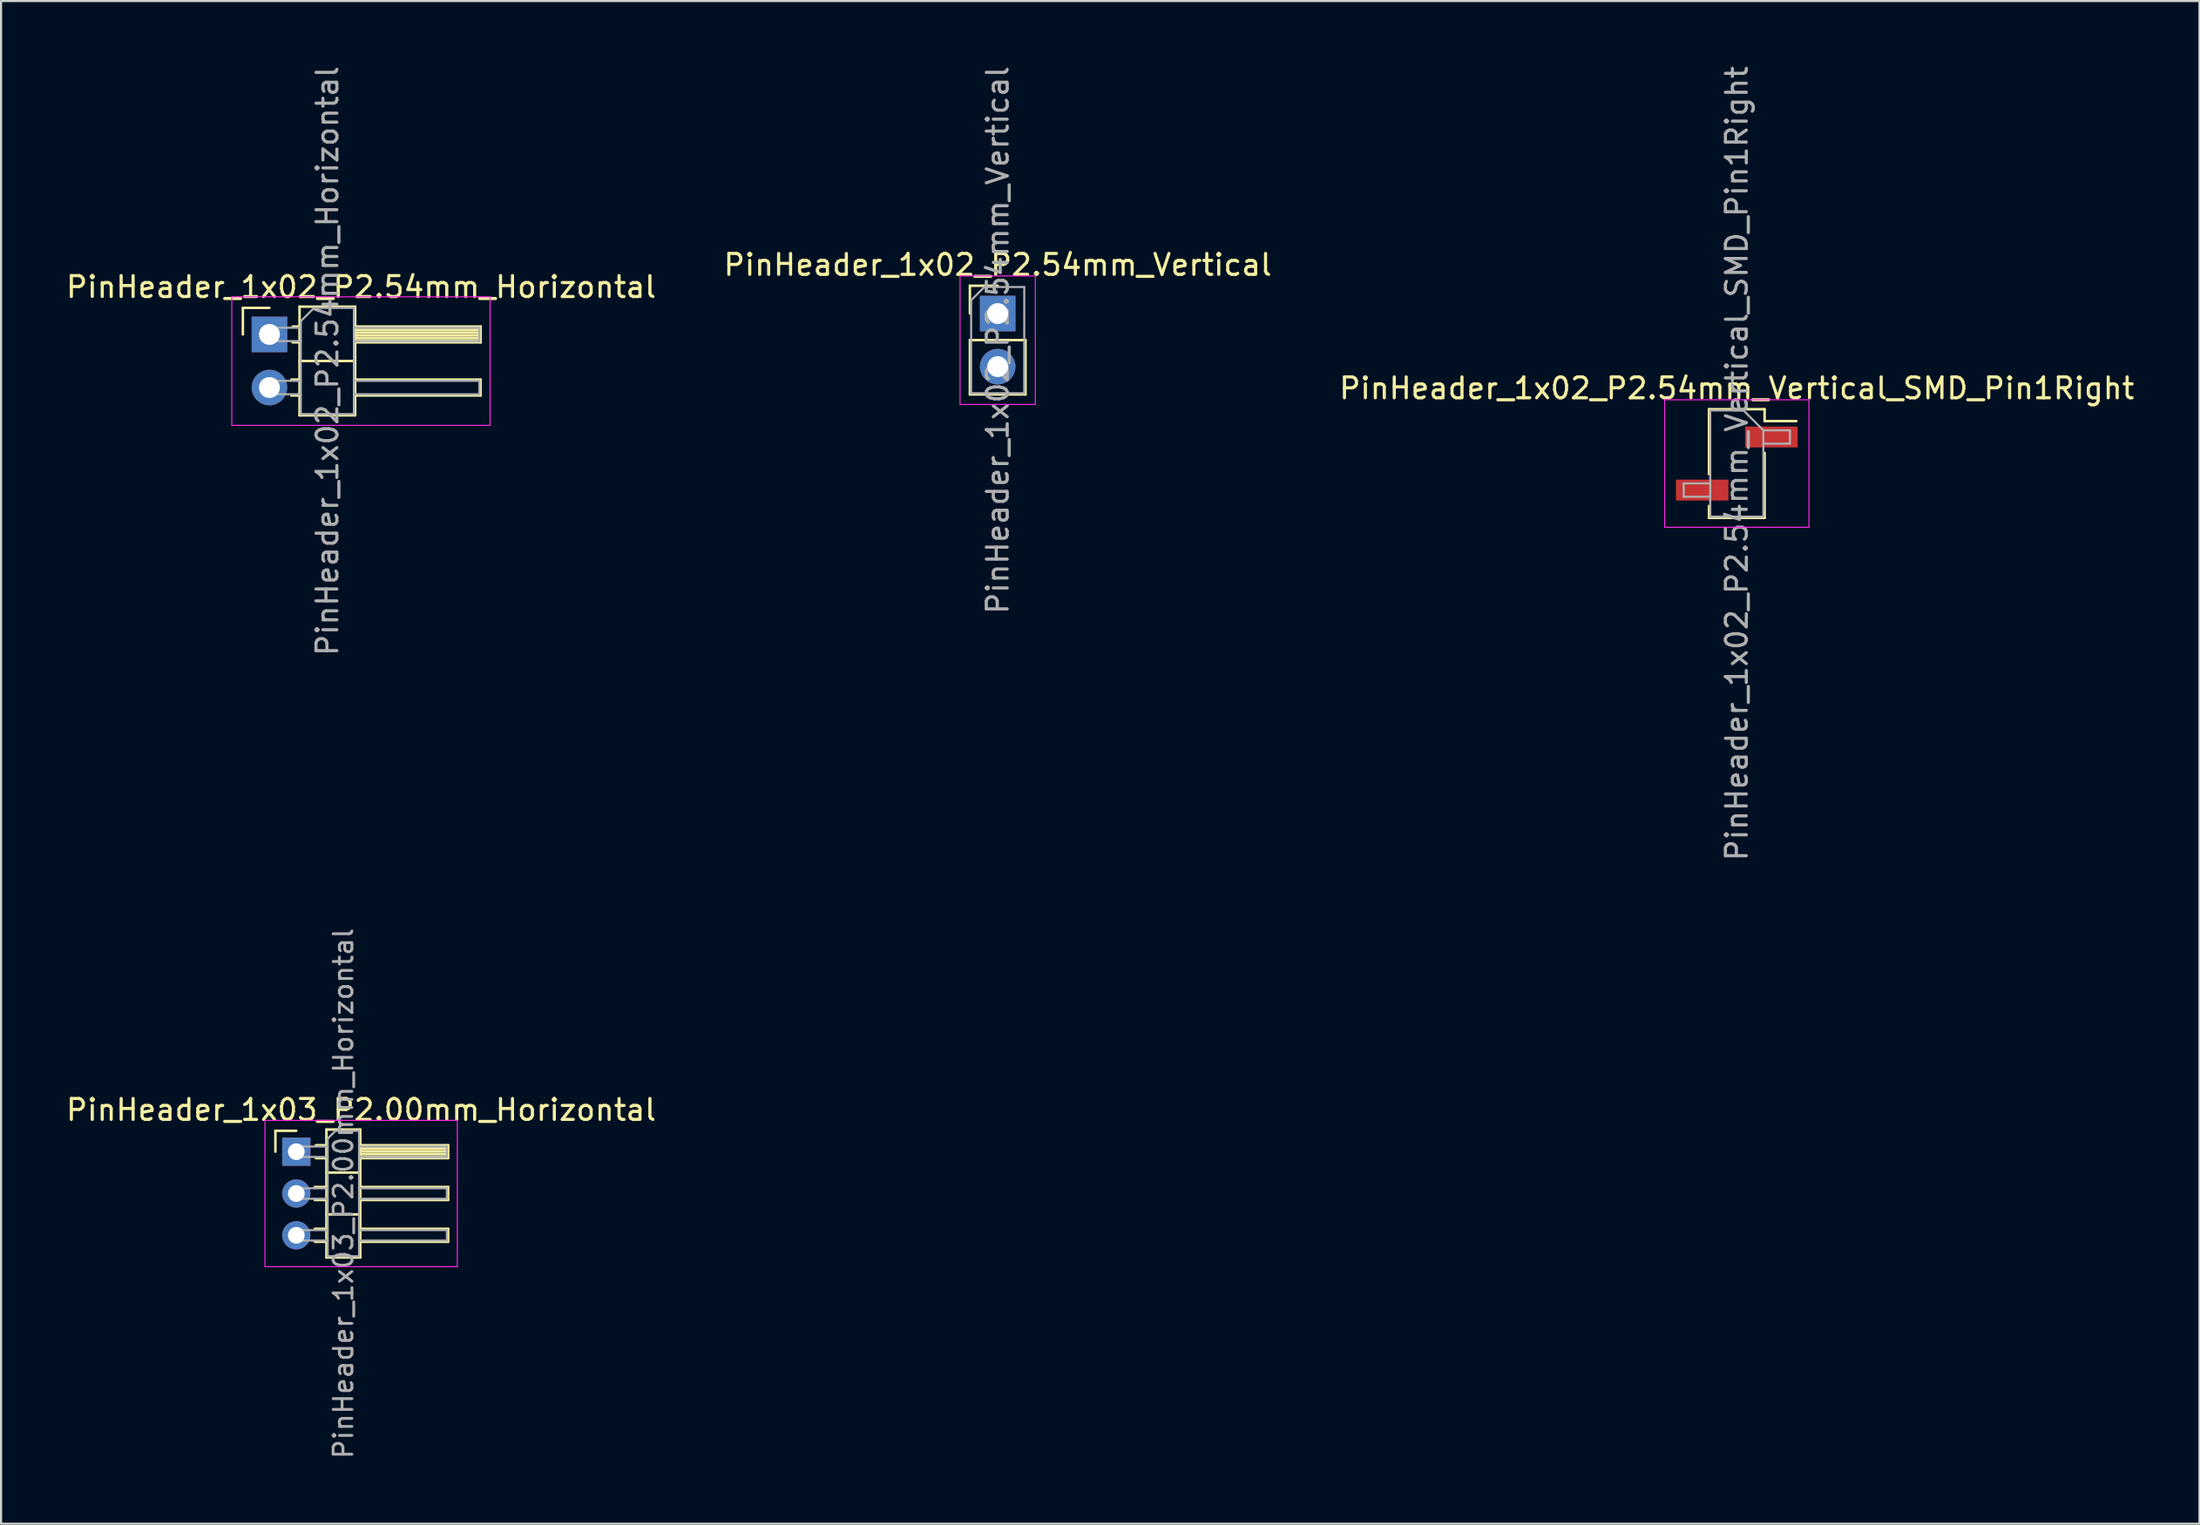
<source format=kicad_pcb>
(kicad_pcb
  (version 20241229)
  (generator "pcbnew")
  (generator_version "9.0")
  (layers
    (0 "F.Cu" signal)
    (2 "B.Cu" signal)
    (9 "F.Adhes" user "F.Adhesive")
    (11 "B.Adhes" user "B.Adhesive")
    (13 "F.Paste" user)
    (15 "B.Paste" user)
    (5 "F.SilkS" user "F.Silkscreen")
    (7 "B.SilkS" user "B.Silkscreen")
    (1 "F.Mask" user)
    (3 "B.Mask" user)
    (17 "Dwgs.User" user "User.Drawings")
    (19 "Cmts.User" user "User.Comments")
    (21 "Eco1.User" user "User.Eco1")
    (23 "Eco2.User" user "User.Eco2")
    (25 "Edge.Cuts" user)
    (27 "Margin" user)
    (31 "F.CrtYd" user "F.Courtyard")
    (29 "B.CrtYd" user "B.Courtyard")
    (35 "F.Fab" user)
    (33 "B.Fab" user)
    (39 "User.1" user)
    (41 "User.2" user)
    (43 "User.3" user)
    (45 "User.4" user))
  (footprint "PinHeader_1x02_P2.54mm_Horizontal"
    (layer "F.Cu")
    (at 9.835 12.95)
    (property "Reference" "PinHeader_1x02_P2.54mm_Horizontal" (at 4.385 -2.27 0) (layer "F.SilkS") (effects (font (size 1 1) (thickness 0.15))))
    (attr through_hole)
    (fp_line (start -1.27 -1.27) (end 0 -1.27) (stroke (width 0.12) (type solid)) (layer "F.SilkS"))
    (fp_line (start -1.27 0) (end -1.27 -1.27) (stroke (width 0.12) (type solid)) (layer "F.SilkS"))
    (fp_line (start 1.043 2.16) (end 1.44 2.16) (stroke (width 0.12) (type solid)) (layer "F.SilkS"))
    (fp_line (start 1.043 2.92) (end 1.44 2.92) (stroke (width 0.12) (type solid)) (layer "F.SilkS"))
    (fp_line (start 1.11 -0.38) (end 1.44 -0.38) (stroke (width 0.12) (type solid)) (layer "F.SilkS"))
    (fp_line (start 1.11 0.38) (end 1.44 0.38) (stroke (width 0.12) (type solid)) (layer "F.SilkS"))
    (fp_line (start 1.44 -1.33) (end 1.44 3.87) (stroke (width 0.12) (type solid)) (layer "F.SilkS"))
    (fp_line (start 1.44 1.27) (end 4.1 1.27) (stroke (width 0.12) (type solid)) (layer "F.SilkS"))
    (fp_line (start 1.44 3.87) (end 4.1 3.87) (stroke (width 0.12) (type solid)) (layer "F.SilkS"))
    (fp_line (start 4.1 -1.33) (end 1.44 -1.33) (stroke (width 0.12) (type solid)) (layer "F.SilkS"))
    (fp_line (start 4.1 -0.38) (end 10.1 -0.38) (stroke (width 0.12) (type solid)) (layer "F.SilkS"))
    (fp_line (start 4.1 -0.32) (end 10.1 -0.32) (stroke (width 0.12) (type solid)) (layer "F.SilkS"))
    (fp_line (start 4.1 -0.2) (end 10.1 -0.2) (stroke (width 0.12) (type solid)) (layer "F.SilkS"))
    (fp_line (start 4.1 -0.08) (end 10.1 -0.08) (stroke (width 0.12) (type solid)) (layer "F.SilkS"))
    (fp_line (start 4.1 0.04) (end 10.1 0.04) (stroke (width 0.12) (type solid)) (layer "F.SilkS"))
    (fp_line (start 4.1 0.16) (end 10.1 0.16) (stroke (width 0.12) (type solid)) (layer "F.SilkS"))
    (fp_line (start 4.1 0.28) (end 10.1 0.28) (stroke (width 0.12) (type solid)) (layer "F.SilkS"))
    (fp_line (start 4.1 2.16) (end 10.1 2.16) (stroke (width 0.12) (type solid)) (layer "F.SilkS"))
    (fp_line (start 4.1 3.87) (end 4.1 -1.33) (stroke (width 0.12) (type solid)) (layer "F.SilkS"))
    (fp_line (start 10.1 -0.38) (end 10.1 0.38) (stroke (width 0.12) (type solid)) (layer "F.SilkS"))
    (fp_line (start 10.1 0.38) (end 4.1 0.38) (stroke (width 0.12) (type solid)) (layer "F.SilkS"))
    (fp_line (start 10.1 2.16) (end 10.1 2.92) (stroke (width 0.12) (type solid)) (layer "F.SilkS"))
    (fp_line (start 10.1 2.92) (end 4.1 2.92) (stroke (width 0.12) (type solid)) (layer "F.SilkS"))
    (fp_line (start -1.8 -1.8) (end -1.8 4.35) (stroke (width 0.05) (type solid)) (layer "F.CrtYd"))
    (fp_line (start -1.8 4.35) (end 10.55 4.35) (stroke (width 0.05) (type solid)) (layer "F.CrtYd"))
    (fp_line (start 10.55 -1.8) (end -1.8 -1.8) (stroke (width 0.05) (type solid)) (layer "F.CrtYd"))
    (fp_line (start 10.55 4.35) (end 10.55 -1.8) (stroke (width 0.05) (type solid)) (layer "F.CrtYd"))
    (fp_line (start -0.32 -0.32) (end -0.32 0.32) (stroke (width 0.1) (type solid)) (layer "F.Fab"))
    (fp_line (start -0.32 -0.32) (end 1.5 -0.32) (stroke (width 0.1) (type solid)) (layer "F.Fab"))
    (fp_line (start -0.32 0.32) (end 1.5 0.32) (stroke (width 0.1) (type solid)) (layer "F.Fab"))
    (fp_line (start -0.32 2.22) (end -0.32 2.86) (stroke (width 0.1) (type solid)) (layer "F.Fab"))
    (fp_line (start -0.32 2.22) (end 1.5 2.22) (stroke (width 0.1) (type solid)) (layer "F.Fab"))
    (fp_line (start -0.32 2.86) (end 1.5 2.86) (stroke (width 0.1) (type solid)) (layer "F.Fab"))
    (fp_line (start 1.5 -0.635) (end 2.135 -1.27) (stroke (width 0.1) (type solid)) (layer "F.Fab"))
    (fp_line (start 1.5 3.81) (end 1.5 -0.635) (stroke (width 0.1) (type solid)) (layer "F.Fab"))
    (fp_line (start 2.135 -1.27) (end 4.04 -1.27) (stroke (width 0.1) (type solid)) (layer "F.Fab"))
    (fp_line (start 4.04 -1.27) (end 4.04 3.81) (stroke (width 0.1) (type solid)) (layer "F.Fab"))
    (fp_line (start 4.04 -0.32) (end 10.04 -0.32) (stroke (width 0.1) (type solid)) (layer "F.Fab"))
    (fp_line (start 4.04 0.32) (end 10.04 0.32) (stroke (width 0.1) (type solid)) (layer "F.Fab"))
    (fp_line (start 4.04 2.22) (end 10.04 2.22) (stroke (width 0.1) (type solid)) (layer "F.Fab"))
    (fp_line (start 4.04 2.86) (end 10.04 2.86) (stroke (width 0.1) (type solid)) (layer "F.Fab"))
    (fp_line (start 4.04 3.81) (end 1.5 3.81) (stroke (width 0.1) (type solid)) (layer "F.Fab"))
    (fp_line (start 10.04 -0.32) (end 10.04 0.32) (stroke (width 0.1) (type solid)) (layer "F.Fab"))
    (fp_line (start 10.04 2.22) (end 10.04 2.86) (stroke (width 0.1) (type solid)) (layer "F.Fab"))
    (fp_text user "${REFERENCE}" (at 2.77 1.27 90) (layer "F.Fab") (effects (font (size 1 1) (thickness 0.15))))
    (pad "1" thru_hole rect (at 0 0) (size 1.7 1.7) (drill 1) (layers "*.Cu" "*.Mask"))
    (pad "2" thru_hole oval (at 0 2.54) (size 1.7 1.7) (drill 1) (layers "*.Cu" "*.Mask")))
  (footprint "PinHeader_1x02_P2.54mm_Vertical_SMD_Pin1Right"
    (layer "F.Cu")
    (at 80.006 19.125)
    (property "Reference" "PinHeader_1x02_P2.54mm_Vertical_SMD_Pin1Right" (at 0 -3.6 0) (layer "F.SilkS") (effects (font (size 1 1) (thickness 0.15))))
    (attr smd)
    (fp_line (start -1.33 -2.6) (end -1.33 0.51) (stroke (width 0.12) (type solid)) (layer "F.SilkS"))
    (fp_line (start -1.33 -2.6) (end 1.33 -2.6) (stroke (width 0.12) (type solid)) (layer "F.SilkS"))
    (fp_line (start -1.33 2.03) (end -1.33 2.6) (stroke (width 0.12) (type solid)) (layer "F.SilkS"))
    (fp_line (start -1.33 2.6) (end 1.33 2.6) (stroke (width 0.12) (type solid)) (layer "F.SilkS"))
    (fp_line (start 1.33 -2.6) (end 1.33 -2.03) (stroke (width 0.12) (type solid)) (layer "F.SilkS"))
    (fp_line (start 1.33 -2.03) (end 2.85 -2.03) (stroke (width 0.12) (type solid)) (layer "F.SilkS"))
    (fp_line (start 1.33 -0.51) (end 1.33 2.6) (stroke (width 0.12) (type solid)) (layer "F.SilkS"))
    (fp_line (start -3.45 -3.05) (end -3.45 3.05) (stroke (width 0.05) (type solid)) (layer "F.CrtYd"))
    (fp_line (start -3.45 3.05) (end 3.45 3.05) (stroke (width 0.05) (type solid)) (layer "F.CrtYd"))
    (fp_line (start 3.45 -3.05) (end -3.45 -3.05) (stroke (width 0.05) (type solid)) (layer "F.CrtYd"))
    (fp_line (start 3.45 3.05) (end 3.45 -3.05) (stroke (width 0.05) (type solid)) (layer "F.CrtYd"))
    (fp_line (start -2.54 0.95) (end -2.54 1.59) (stroke (width 0.1) (type solid)) (layer "F.Fab"))
    (fp_line (start -2.54 1.59) (end -1.27 1.59) (stroke (width 0.1) (type solid)) (layer "F.Fab"))
    (fp_line (start -1.27 -2.54) (end -1.27 2.54) (stroke (width 0.1) (type solid)) (layer "F.Fab"))
    (fp_line (start -1.27 -2.54) (end 0.32 -2.54) (stroke (width 0.1) (type solid)) (layer "F.Fab"))
    (fp_line (start -1.27 0.95) (end -2.54 0.95) (stroke (width 0.1) (type solid)) (layer "F.Fab"))
    (fp_line (start 1.27 -1.59) (end 0.32 -2.54) (stroke (width 0.1) (type solid)) (layer "F.Fab"))
    (fp_line (start 1.27 -1.59) (end 2.54 -1.59) (stroke (width 0.1) (type solid)) (layer "F.Fab"))
    (fp_line (start 1.27 2.54) (end -1.27 2.54) (stroke (width 0.1) (type solid)) (layer "F.Fab"))
    (fp_line (start 1.27 2.54) (end 1.27 -1.59) (stroke (width 0.1) (type solid)) (layer "F.Fab"))
    (fp_line (start 2.54 -1.59) (end 2.54 -0.95) (stroke (width 0.1) (type solid)) (layer "F.Fab"))
    (fp_line (start 2.54 -0.95) (end 1.27 -0.95) (stroke (width 0.1) (type solid)) (layer "F.Fab"))
    (fp_text user "${REFERENCE}" (at 0 0 90) (layer "F.Fab") (effects (font (size 1 1) (thickness 0.15))))
    (pad "1" smd rect (at 1.655 -1.27) (size 2.51 1) (layers "F.Cu" "F.Mask" "F.Paste"))
    (pad "2" smd rect (at -1.655 1.27) (size 2.51 1) (layers "F.Cu" "F.Mask" "F.Paste")))
  (footprint "PinHeader_1x02_P2.54mm_Vertical"
    (layer "F.Cu")
    (at 44.661 11.95)
    (property "Reference" "PinHeader_1x02_P2.54mm_Vertical" (at 0 -2.33 0) (layer "F.SilkS") (effects (font (size 1 1) (thickness 0.15))))
    (attr through_hole)
    (fp_line (start -1.33 -1.33) (end 0 -1.33) (stroke (width 0.12) (type solid)) (layer "F.SilkS"))
    (fp_line (start -1.33 0) (end -1.33 -1.33) (stroke (width 0.12) (type solid)) (layer "F.SilkS"))
    (fp_line (start -1.33 1.27) (end -1.33 3.87) (stroke (width 0.12) (type solid)) (layer "F.SilkS"))
    (fp_line (start -1.33 1.27) (end 1.33 1.27) (stroke (width 0.12) (type solid)) (layer "F.SilkS"))
    (fp_line (start -1.33 3.87) (end 1.33 3.87) (stroke (width 0.12) (type solid)) (layer "F.SilkS"))
    (fp_line (start 1.33 1.27) (end 1.33 3.87) (stroke (width 0.12) (type solid)) (layer "F.SilkS"))
    (fp_line (start -1.8 -1.8) (end -1.8 4.35) (stroke (width 0.05) (type solid)) (layer "F.CrtYd"))
    (fp_line (start -1.8 4.35) (end 1.8 4.35) (stroke (width 0.05) (type solid)) (layer "F.CrtYd"))
    (fp_line (start 1.8 -1.8) (end -1.8 -1.8) (stroke (width 0.05) (type solid)) (layer "F.CrtYd"))
    (fp_line (start 1.8 4.35) (end 1.8 -1.8) (stroke (width 0.05) (type solid)) (layer "F.CrtYd"))
    (fp_line (start -1.27 -0.635) (end -0.635 -1.27) (stroke (width 0.1) (type solid)) (layer "F.Fab"))
    (fp_line (start -1.27 3.81) (end -1.27 -0.635) (stroke (width 0.1) (type solid)) (layer "F.Fab"))
    (fp_line (start -0.635 -1.27) (end 1.27 -1.27) (stroke (width 0.1) (type solid)) (layer "F.Fab"))
    (fp_line (start 1.27 -1.27) (end 1.27 3.81) (stroke (width 0.1) (type solid)) (layer "F.Fab"))
    (fp_line (start 1.27 3.81) (end -1.27 3.81) (stroke (width 0.1) (type solid)) (layer "F.Fab"))
    (fp_text user "${REFERENCE}" (at 0 1.27 90) (layer "F.Fab") (effects (font (size 1 1) (thickness 0.15))))
    (pad "1" thru_hole rect (at 0 0) (size 1.7 1.7) (drill 1) (layers "*.Cu" "*.Mask"))
    (pad "2" thru_hole oval (at 0 2.54) (size 1.7 1.7) (drill 1) (layers "*.Cu" "*.Mask")))
  (footprint "PinHeader_1x03_P2.00mm_Horizontal"
    (layer "F.Cu")
    (at 11.12 52.048)
    (property "Reference" "PinHeader_1x03_P2.00mm_Horizontal" (at 3.1 -2 0) (layer "F.SilkS") (effects (font (size 1 1) (thickness 0.15))))
    (attr through_hole)
    (fp_line (start -1 -1) (end 0 -1) (stroke (width 0.12) (type solid)) (layer "F.SilkS"))
    (fp_line (start -1 0) (end -1 -1) (stroke (width 0.12) (type solid)) (layer "F.SilkS"))
    (fp_line (start 0.882 1.69) (end 1.44 1.69) (stroke (width 0.12) (type solid)) (layer "F.SilkS"))
    (fp_line (start 0.882 2.31) (end 1.44 2.31) (stroke (width 0.12) (type solid)) (layer "F.SilkS"))
    (fp_line (start 0.882 3.69) (end 1.44 3.69) (stroke (width 0.12) (type solid)) (layer "F.SilkS"))
    (fp_line (start 0.882 4.31) (end 1.44 4.31) (stroke (width 0.12) (type solid)) (layer "F.SilkS"))
    (fp_line (start 0.935 -0.31) (end 1.44 -0.31) (stroke (width 0.12) (type solid)) (layer "F.SilkS"))
    (fp_line (start 0.935 0.31) (end 1.44 0.31) (stroke (width 0.12) (type solid)) (layer "F.SilkS"))
    (fp_line (start 1.44 -1.06) (end 1.44 5.06) (stroke (width 0.12) (type solid)) (layer "F.SilkS"))
    (fp_line (start 1.44 1) (end 3.06 1) (stroke (width 0.12) (type solid)) (layer "F.SilkS"))
    (fp_line (start 1.44 3) (end 3.06 3) (stroke (width 0.12) (type solid)) (layer "F.SilkS"))
    (fp_line (start 1.44 5.06) (end 3.06 5.06) (stroke (width 0.12) (type solid)) (layer "F.SilkS"))
    (fp_line (start 3.06 -1.06) (end 1.44 -1.06) (stroke (width 0.12) (type solid)) (layer "F.SilkS"))
    (fp_line (start 3.06 -0.31) (end 7.26 -0.31) (stroke (width 0.12) (type solid)) (layer "F.SilkS"))
    (fp_line (start 3.06 -0.25) (end 7.26 -0.25) (stroke (width 0.12) (type solid)) (layer "F.SilkS"))
    (fp_line (start 3.06 -0.13) (end 7.26 -0.13) (stroke (width 0.12) (type solid)) (layer "F.SilkS"))
    (fp_line (start 3.06 -0.01) (end 7.26 -0.01) (stroke (width 0.12) (type solid)) (layer "F.SilkS"))
    (fp_line (start 3.06 0.11) (end 7.26 0.11) (stroke (width 0.12) (type solid)) (layer "F.SilkS"))
    (fp_line (start 3.06 0.23) (end 7.26 0.23) (stroke (width 0.12) (type solid)) (layer "F.SilkS"))
    (fp_line (start 3.06 1.69) (end 7.26 1.69) (stroke (width 0.12) (type solid)) (layer "F.SilkS"))
    (fp_line (start 3.06 3.69) (end 7.26 3.69) (stroke (width 0.12) (type solid)) (layer "F.SilkS"))
    (fp_line (start 3.06 5.06) (end 3.06 -1.06) (stroke (width 0.12) (type solid)) (layer "F.SilkS"))
    (fp_line (start 7.26 -0.31) (end 7.26 0.31) (stroke (width 0.12) (type solid)) (layer "F.SilkS"))
    (fp_line (start 7.26 0.31) (end 3.06 0.31) (stroke (width 0.12) (type solid)) (layer "F.SilkS"))
    (fp_line (start 7.26 1.69) (end 7.26 2.31) (stroke (width 0.12) (type solid)) (layer "F.SilkS"))
    (fp_line (start 7.26 2.31) (end 3.06 2.31) (stroke (width 0.12) (type solid)) (layer "F.SilkS"))
    (fp_line (start 7.26 3.69) (end 7.26 4.31) (stroke (width 0.12) (type solid)) (layer "F.SilkS"))
    (fp_line (start 7.26 4.31) (end 3.06 4.31) (stroke (width 0.12) (type solid)) (layer "F.SilkS"))
    (fp_line (start -1.5 -1.5) (end -1.5 5.5) (stroke (width 0.05) (type solid)) (layer "F.CrtYd"))
    (fp_line (start -1.5 5.5) (end 7.7 5.5) (stroke (width 0.05) (type solid)) (layer "F.CrtYd"))
    (fp_line (start 7.7 -1.5) (end -1.5 -1.5) (stroke (width 0.05) (type solid)) (layer "F.CrtYd"))
    (fp_line (start 7.7 5.5) (end 7.7 -1.5) (stroke (width 0.05) (type solid)) (layer "F.CrtYd"))
    (fp_line (start -0.25 -0.25) (end -0.25 0.25) (stroke (width 0.1) (type solid)) (layer "F.Fab"))
    (fp_line (start -0.25 -0.25) (end 1.5 -0.25) (stroke (width 0.1) (type solid)) (layer "F.Fab"))
    (fp_line (start -0.25 0.25) (end 1.5 0.25) (stroke (width 0.1) (type solid)) (layer "F.Fab"))
    (fp_line (start -0.25 1.75) (end -0.25 2.25) (stroke (width 0.1) (type solid)) (layer "F.Fab"))
    (fp_line (start -0.25 1.75) (end 1.5 1.75) (stroke (width 0.1) (type solid)) (layer "F.Fab"))
    (fp_line (start -0.25 2.25) (end 1.5 2.25) (stroke (width 0.1) (type solid)) (layer "F.Fab"))
    (fp_line (start -0.25 3.75) (end -0.25 4.25) (stroke (width 0.1) (type solid)) (layer "F.Fab"))
    (fp_line (start -0.25 3.75) (end 1.5 3.75) (stroke (width 0.1) (type solid)) (layer "F.Fab"))
    (fp_line (start -0.25 4.25) (end 1.5 4.25) (stroke (width 0.1) (type solid)) (layer "F.Fab"))
    (fp_line (start 1.5 -0.625) (end 1.875 -1) (stroke (width 0.1) (type solid)) (layer "F.Fab"))
    (fp_line (start 1.5 5) (end 1.5 -0.625) (stroke (width 0.1) (type solid)) (layer "F.Fab"))
    (fp_line (start 1.875 -1) (end 3 -1) (stroke (width 0.1) (type solid)) (layer "F.Fab"))
    (fp_line (start 3 -1) (end 3 5) (stroke (width 0.1) (type solid)) (layer "F.Fab"))
    (fp_line (start 3 -0.25) (end 7.2 -0.25) (stroke (width 0.1) (type solid)) (layer "F.Fab"))
    (fp_line (start 3 0.25) (end 7.2 0.25) (stroke (width 0.1) (type solid)) (layer "F.Fab"))
    (fp_line (start 3 1.75) (end 7.2 1.75) (stroke (width 0.1) (type solid)) (layer "F.Fab"))
    (fp_line (start 3 2.25) (end 7.2 2.25) (stroke (width 0.1) (type solid)) (layer "F.Fab"))
    (fp_line (start 3 3.75) (end 7.2 3.75) (stroke (width 0.1) (type solid)) (layer "F.Fab"))
    (fp_line (start 3 4.25) (end 7.2 4.25) (stroke (width 0.1) (type solid)) (layer "F.Fab"))
    (fp_line (start 3 5) (end 1.5 5) (stroke (width 0.1) (type solid)) (layer "F.Fab"))
    (fp_line (start 7.2 -0.25) (end 7.2 0.25) (stroke (width 0.1) (type solid)) (layer "F.Fab"))
    (fp_line (start 7.2 1.75) (end 7.2 2.25) (stroke (width 0.1) (type solid)) (layer "F.Fab"))
    (fp_line (start 7.2 3.75) (end 7.2 4.25) (stroke (width 0.1) (type solid)) (layer "F.Fab"))
    (fp_text user "${REFERENCE}" (at 2.25 2 90) (layer "F.Fab") (effects (font (size 0.9 0.9) (thickness 0.135))))
    (pad "1" thru_hole rect (at 0 0) (size 1.35 1.35) (drill 0.8) (layers "*.Cu" "*.Mask"))
    (pad "2" thru_hole oval (at 0 2) (size 1.35 1.35) (drill 0.8) (layers "*.Cu" "*.Mask"))
    (pad "3" thru_hole oval (at 0 4) (size 1.35 1.35) (drill 0.8) (layers "*.Cu" "*.Mask")))
  (gr_rect
    (start -3 -3)
    (end 102.131 69.846)
    (stroke (width 0.1) (type default))
    (fill no)
    (layer "Edge.Cuts")))
</source>
